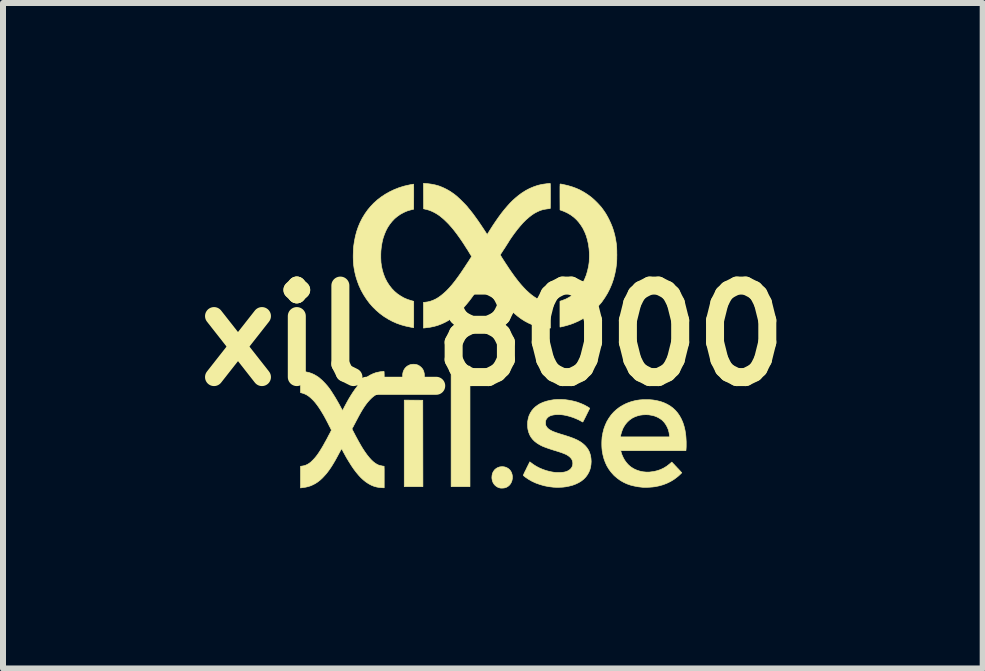
<source format=kicad_pcb>
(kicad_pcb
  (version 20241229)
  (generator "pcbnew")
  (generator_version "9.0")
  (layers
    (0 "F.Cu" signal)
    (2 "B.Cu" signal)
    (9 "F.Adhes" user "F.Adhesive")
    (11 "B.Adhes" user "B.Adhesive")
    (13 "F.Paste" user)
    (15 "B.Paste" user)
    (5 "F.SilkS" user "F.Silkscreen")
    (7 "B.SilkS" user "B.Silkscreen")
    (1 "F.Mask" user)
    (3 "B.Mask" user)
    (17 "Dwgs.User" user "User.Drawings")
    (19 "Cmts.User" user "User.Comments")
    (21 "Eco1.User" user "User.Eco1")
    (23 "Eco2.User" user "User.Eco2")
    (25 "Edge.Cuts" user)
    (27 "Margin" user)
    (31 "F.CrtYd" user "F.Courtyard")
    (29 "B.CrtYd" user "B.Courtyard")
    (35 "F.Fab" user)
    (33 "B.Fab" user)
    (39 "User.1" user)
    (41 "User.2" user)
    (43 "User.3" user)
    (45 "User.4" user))
  (footprint "xil_8000"
    (layer "F.Cu")
    (at 5.16 2.542)
    (property "Reference" "xil_8000" (at 0 0 0) (layer "F.SilkS") (effects (font (size 1.524 1.524) (thickness 0.3))))
    (attr through_hole)
    (fp_poly (pts (xy -0.381 2.515) (xy -0.695 2.515) (xy -0.695 0.508) (xy -0.381 0.508) (xy -0.381 2.515)) (stroke (width 0.01) (type solid)) (fill yes) (layer "F.SilkS"))
    (fp_poly (pts (xy -1.167 1.075) (xy -1.166 1.795) (xy -1.165 2.515) (xy -1.476 2.515) (xy -1.476 1.073) (xy -1.167 1.075)) (stroke (width 0.01) (type solid)) (fill yes) (layer "F.SilkS"))
    (fp_poly (pts (xy 0.168 2.182) (xy 0.201 2.187) (xy 0.231 2.198) (xy 0.257 2.213) (xy 0.28 2.233) (xy 0.299 2.258) (xy 0.313 2.286) (xy 0.322 2.318) (xy 0.326 2.346) (xy 0.325 2.38) (xy 0.319 2.412) (xy 0.308 2.442) (xy 0.293 2.469) (xy 0.273 2.493) (xy 0.25 2.512) (xy 0.223 2.527) (xy 0.197 2.535) (xy 0.177 2.538) (xy 0.155 2.539) (xy 0.133 2.539) (xy 0.119 2.537) (xy 0.089 2.528) (xy 0.062 2.513) (xy 0.038 2.494) (xy 0.018 2.471) (xy 0.002 2.444) (xy -0.009 2.414) (xy -0.015 2.381) (xy -0.016 2.359) (xy -0.013 2.324) (xy -0.005 2.291) (xy 0.009 2.262) (xy 0.028 2.236) (xy 0.034 2.23) (xy 0.058 2.21) (xy 0.086 2.195) (xy 0.117 2.185) (xy 0.15 2.182) (xy 0.168 2.182)) (stroke (width 0.01) (type solid)) (fill yes) (layer "F.SilkS"))
    (fp_poly (pts (xy -1.311 0.476) (xy -1.289 0.478) (xy -1.272 0.481) (xy -1.244 0.491) (xy -1.218 0.507) (xy -1.195 0.526) (xy -1.175 0.548) (xy -1.163 0.567) (xy -1.151 0.595) (xy -1.143 0.627) (xy -1.14 0.659) (xy -1.141 0.692) (xy -1.145 0.714) (xy -1.155 0.745) (xy -1.171 0.774) (xy -1.192 0.799) (xy -1.217 0.82) (xy -1.245 0.836) (xy -1.269 0.846) (xy -1.285 0.849) (xy -1.305 0.851) (xy -1.325 0.852) (xy -1.342 0.852) (xy -1.35 0.851) (xy -1.384 0.842) (xy -1.415 0.828) (xy -1.441 0.809) (xy -1.464 0.785) (xy -1.482 0.757) (xy -1.495 0.726) (xy -1.497 0.718) (xy -1.502 0.694) (xy -1.503 0.666) (xy -1.502 0.639) (xy -1.497 0.613) (xy -1.494 0.601) (xy -1.481 0.57) (xy -1.463 0.542) (xy -1.44 0.518) (xy -1.413 0.499) (xy -1.382 0.485) (xy -1.37 0.481) (xy -1.353 0.478) (xy -1.333 0.476) (xy -1.311 0.476)) (stroke (width 0.01) (type solid)) (fill yes) (layer "F.SilkS"))
    (fp_poly (pts (xy -1.321 -2.524) (xy -1.321 -2.522) (xy -1.32 -2.518) (xy -1.319 -2.512) (xy -1.319 -2.504) (xy -1.319 -2.492) (xy -1.318 -2.477) (xy -1.318 -2.458) (xy -1.318 -2.434) (xy -1.318 -2.406) (xy -1.318 -2.372) (xy -1.318 -2.333) (xy -1.318 -2.316) (xy -1.319 -2.107) (xy -1.36 -2.097) (xy -1.39 -2.089) (xy -1.415 -2.082) (xy -1.438 -2.073) (xy -1.462 -2.063) (xy -1.487 -2.051) (xy -1.541 -2.022) (xy -1.591 -1.987) (xy -1.638 -1.948) (xy -1.68 -1.903) (xy -1.718 -1.855) (xy -1.753 -1.802) (xy -1.783 -1.744) (xy -1.808 -1.683) (xy -1.83 -1.618) (xy -1.846 -1.549) (xy -1.858 -1.476) (xy -1.863 -1.43) (xy -1.865 -1.409) (xy -1.866 -1.385) (xy -1.867 -1.357) (xy -1.867 -1.328) (xy -1.867 -1.299) (xy -1.866 -1.272) (xy -1.865 -1.247) (xy -1.864 -1.227) (xy -1.864 -1.222) (xy -1.855 -1.158) (xy -1.841 -1.094) (xy -1.823 -1.032) (xy -1.801 -0.974) (xy -1.791 -0.951) (xy -1.76 -0.892) (xy -1.724 -0.837) (xy -1.684 -0.786) (xy -1.64 -0.74) (xy -1.592 -0.699) (xy -1.539 -0.663) (xy -1.484 -0.631) (xy -1.424 -0.605) (xy -1.362 -0.585) (xy -1.347 -0.581) (xy -1.318 -0.573) (xy -1.318 -0.353) (xy -1.318 -0.317) (xy -1.318 -0.282) (xy -1.318 -0.249) (xy -1.318 -0.22) (xy -1.318 -0.194) (xy -1.319 -0.172) (xy -1.319 -0.155) (xy -1.319 -0.142) (xy -1.32 -0.135) (xy -1.32 -0.134) (xy -1.324 -0.134) (xy -1.333 -0.136) (xy -1.346 -0.138) (xy -1.361 -0.141) (xy -1.372 -0.143) (xy -1.452 -0.16) (xy -1.528 -0.181) (xy -1.602 -0.207) (xy -1.672 -0.238) (xy -1.74 -0.274) (xy -1.811 -0.318) (xy -1.879 -0.368) (xy -1.942 -0.422) (xy -2.002 -0.481) (xy -2.057 -0.544) (xy -2.107 -0.612) (xy -2.153 -0.683) (xy -2.194 -0.757) (xy -2.23 -0.835) (xy -2.258 -0.91) (xy -2.28 -0.979) (xy -2.297 -1.048) (xy -2.311 -1.12) (xy -2.32 -1.183) (xy -2.322 -1.206) (xy -2.324 -1.235) (xy -2.325 -1.267) (xy -2.326 -1.302) (xy -2.326 -1.337) (xy -2.325 -1.373) (xy -2.324 -1.407) (xy -2.323 -1.439) (xy -2.321 -1.466) (xy -2.32 -1.479) (xy -2.307 -1.569) (xy -2.29 -1.655) (xy -2.268 -1.738) (xy -2.241 -1.816) (xy -2.209 -1.891) (xy -2.172 -1.963) (xy -2.13 -2.031) (xy -2.083 -2.097) (xy -2.037 -2.152) (xy -1.983 -2.209) (xy -1.923 -2.263) (xy -1.859 -2.312) (xy -1.791 -2.357) (xy -1.72 -2.397) (xy -1.645 -2.433) (xy -1.567 -2.464) (xy -1.487 -2.489) (xy -1.469 -2.494) (xy -1.454 -2.497) (xy -1.437 -2.502) (xy -1.417 -2.506) (xy -1.396 -2.51) (xy -1.376 -2.515) (xy -1.358 -2.518) (xy -1.342 -2.521) (xy -1.33 -2.523) (xy -1.323 -2.524) (xy -1.322 -2.524) (xy -1.321 -2.524)) (stroke (width 0.01) (type solid)) (fill yes) (layer "F.SilkS"))
    (fp_poly (pts (xy 1.128 -2.527) (xy 1.138 -2.525) (xy 1.152 -2.523) (xy 1.167 -2.52) (xy 1.17 -2.519) (xy 1.249 -2.501) (xy 1.323 -2.479) (xy 1.394 -2.453) (xy 1.462 -2.421) (xy 1.528 -2.384) (xy 1.593 -2.341) (xy 1.635 -2.31) (xy 1.654 -2.294) (xy 1.676 -2.275) (xy 1.7 -2.253) (xy 1.724 -2.229) (xy 1.748 -2.205) (xy 1.77 -2.181) (xy 1.79 -2.159) (xy 1.805 -2.142) (xy 1.845 -2.088) (xy 1.882 -2.033) (xy 1.915 -1.975) (xy 1.938 -1.93) (xy 1.967 -1.867) (xy 1.993 -1.803) (xy 2.014 -1.738) (xy 2.032 -1.671) (xy 2.046 -1.601) (xy 2.058 -1.526) (xy 2.06 -1.511) (xy 2.061 -1.493) (xy 2.063 -1.469) (xy 2.064 -1.442) (xy 2.065 -1.411) (xy 2.065 -1.378) (xy 2.066 -1.345) (xy 2.065 -1.312) (xy 2.065 -1.28) (xy 2.064 -1.252) (xy 2.063 -1.226) (xy 2.062 -1.206) (xy 2.061 -1.202) (xy 2.049 -1.111) (xy 2.031 -1.023) (xy 2.009 -0.94) (xy 1.981 -0.859) (xy 1.948 -0.782) (xy 1.91 -0.707) (xy 1.866 -0.635) (xy 1.817 -0.564) (xy 1.81 -0.555) (xy 1.794 -0.536) (xy 1.775 -0.514) (xy 1.753 -0.491) (xy 1.73 -0.466) (xy 1.705 -0.441) (xy 1.68 -0.418) (xy 1.657 -0.396) (xy 1.636 -0.378) (xy 1.622 -0.367) (xy 1.559 -0.321) (xy 1.496 -0.281) (xy 1.431 -0.246) (xy 1.364 -0.216) (xy 1.294 -0.189) (xy 1.22 -0.167) (xy 1.169 -0.154) (xy 1.152 -0.15) (xy 1.138 -0.147) (xy 1.127 -0.145) (xy 1.12 -0.143) (xy 1.119 -0.143) (xy 1.119 -0.146) (xy 1.118 -0.155) (xy 1.118 -0.169) (xy 1.118 -0.188) (xy 1.118 -0.212) (xy 1.118 -0.239) (xy 1.118 -0.269) (xy 1.118 -0.302) (xy 1.118 -0.337) (xy 1.118 -0.358) (xy 1.118 -0.574) (xy 1.156 -0.587) (xy 1.213 -0.609) (xy 1.265 -0.636) (xy 1.314 -0.667) (xy 1.359 -0.704) (xy 1.385 -0.728) (xy 1.429 -0.777) (xy 1.468 -0.829) (xy 1.503 -0.886) (xy 1.532 -0.948) (xy 1.558 -1.013) (xy 1.578 -1.083) (xy 1.595 -1.158) (xy 1.602 -1.206) (xy 1.605 -1.229) (xy 1.606 -1.257) (xy 1.607 -1.288) (xy 1.608 -1.321) (xy 1.608 -1.355) (xy 1.607 -1.387) (xy 1.605 -1.418) (xy 1.603 -1.445) (xy 1.602 -1.454) (xy 1.591 -1.529) (xy 1.575 -1.6) (xy 1.555 -1.667) (xy 1.53 -1.729) (xy 1.501 -1.788) (xy 1.471 -1.836) (xy 1.433 -1.888) (xy 1.392 -1.934) (xy 1.347 -1.975) (xy 1.298 -2.011) (xy 1.246 -2.042) (xy 1.189 -2.069) (xy 1.16 -2.08) (xy 1.119 -2.095) (xy 1.118 -2.311) (xy 1.118 -2.354) (xy 1.118 -2.39) (xy 1.118 -2.421) (xy 1.118 -2.447) (xy 1.118 -2.468) (xy 1.118 -2.485) (xy 1.119 -2.499) (xy 1.119 -2.509) (xy 1.119 -2.517) (xy 1.12 -2.522) (xy 1.121 -2.525) (xy 1.122 -2.527) (xy 1.123 -2.527) (xy 1.123 -2.527) (xy 1.128 -2.527)) (stroke (width 0.01) (type solid)) (fill yes) (layer "F.SilkS"))
    (fp_poly (pts (xy 2.581 1.066) (xy 2.609 1.066) (xy 2.634 1.068) (xy 2.658 1.07) (xy 2.682 1.073) (xy 2.708 1.078) (xy 2.728 1.081) (xy 2.79 1.096) (xy 2.848 1.116) (xy 2.902 1.141) (xy 2.952 1.17) (xy 2.998 1.204) (xy 3.04 1.243) (xy 3.078 1.287) (xy 3.111 1.335) (xy 3.14 1.388) (xy 3.165 1.445) (xy 3.185 1.507) (xy 3.201 1.574) (xy 3.21 1.629) (xy 3.214 1.66) (xy 3.217 1.695) (xy 3.219 1.731) (xy 3.221 1.768) (xy 3.221 1.804) (xy 3.221 1.838) (xy 3.22 1.869) (xy 3.218 1.895) (xy 3.218 1.901) (xy 3.216 1.915) (xy 2.673 1.915) (xy 2.615 1.915) (xy 2.559 1.915) (xy 2.504 1.915) (xy 2.452 1.915) (xy 2.403 1.915) (xy 2.357 1.915) (xy 2.314 1.915) (xy 2.274 1.915) (xy 2.239 1.915) (xy 2.208 1.915) (xy 2.182 1.915) (xy 2.161 1.915) (xy 2.145 1.915) (xy 2.135 1.915) (xy 2.131 1.915) (xy 2.13 1.915) (xy 2.131 1.92) (xy 2.134 1.929) (xy 2.137 1.941) (xy 2.141 1.955) (xy 2.146 1.968) (xy 2.149 1.98) (xy 2.152 1.986) (xy 2.171 2.029) (xy 2.194 2.071) (xy 2.222 2.11) (xy 2.252 2.145) (xy 2.286 2.176) (xy 2.309 2.193) (xy 2.352 2.219) (xy 2.399 2.24) (xy 2.449 2.256) (xy 2.5 2.267) (xy 2.553 2.272) (xy 2.607 2.272) (xy 2.623 2.27) (xy 2.684 2.262) (xy 2.742 2.248) (xy 2.796 2.229) (xy 2.848 2.204) (xy 2.897 2.174) (xy 2.943 2.138) (xy 2.95 2.132) (xy 2.981 2.105) (xy 3.004 2.13) (xy 3.013 2.139) (xy 3.025 2.151) (xy 3.039 2.167) (xy 3.056 2.184) (xy 3.073 2.203) (xy 3.091 2.221) (xy 3.107 2.239) (xy 3.123 2.256) (xy 3.135 2.27) (xy 3.138 2.273) (xy 3.148 2.283) (xy 3.129 2.302) (xy 3.106 2.324) (xy 3.08 2.347) (xy 3.051 2.369) (xy 3.023 2.39) (xy 3.015 2.396) (xy 2.958 2.43) (xy 2.898 2.459) (xy 2.835 2.483) (xy 2.768 2.502) (xy 2.698 2.516) (xy 2.672 2.519) (xy 2.657 2.521) (xy 2.637 2.522) (xy 2.615 2.524) (xy 2.59 2.525) (xy 2.566 2.526) (xy 2.542 2.526) (xy 2.521 2.526) (xy 2.503 2.526) (xy 2.492 2.525) (xy 2.42 2.517) (xy 2.353 2.504) (xy 2.289 2.488) (xy 2.23 2.467) (xy 2.175 2.441) (xy 2.123 2.411) (xy 2.075 2.376) (xy 2.029 2.337) (xy 2.014 2.323) (xy 1.972 2.276) (xy 1.934 2.225) (xy 1.901 2.171) (xy 1.874 2.113) (xy 1.851 2.051) (xy 1.834 1.986) (xy 1.821 1.916) (xy 1.821 1.91) (xy 1.818 1.883) (xy 1.816 1.852) (xy 1.815 1.818) (xy 1.815 1.783) (xy 1.816 1.749) (xy 1.818 1.717) (xy 1.82 1.69) (xy 1.821 1.688) (xy 1.821 1.686) (xy 2.125 1.686) (xy 2.944 1.686) (xy 2.942 1.661) (xy 2.935 1.612) (xy 2.923 1.566) (xy 2.905 1.523) (xy 2.883 1.483) (xy 2.857 1.446) (xy 2.827 1.414) (xy 2.811 1.4) (xy 2.774 1.375) (xy 2.734 1.354) (xy 2.691 1.337) (xy 2.645 1.326) (xy 2.598 1.318) (xy 2.55 1.316) (xy 2.501 1.318) (xy 2.454 1.324) (xy 2.408 1.336) (xy 2.364 1.352) (xy 2.322 1.373) (xy 2.319 1.375) (xy 2.279 1.403) (xy 2.243 1.436) (xy 2.21 1.474) (xy 2.183 1.516) (xy 2.17 1.539) (xy 2.162 1.558) (xy 2.153 1.581) (xy 2.144 1.606) (xy 2.137 1.631) (xy 2.131 1.653) (xy 2.129 1.661) (xy 2.125 1.686) (xy 1.821 1.686) (xy 1.833 1.618) (xy 1.85 1.551) (xy 1.873 1.488) (xy 1.9 1.429) (xy 1.933 1.374) (xy 1.97 1.322) (xy 2.012 1.274) (xy 2.059 1.231) (xy 2.111 1.191) (xy 2.126 1.182) (xy 2.168 1.157) (xy 2.215 1.133) (xy 2.264 1.113) (xy 2.315 1.096) (xy 2.359 1.085) (xy 2.389 1.078) (xy 2.417 1.074) (xy 2.443 1.07) (xy 2.469 1.068) (xy 2.498 1.066) (xy 2.531 1.066) (xy 2.548 1.066) (xy 2.581 1.066)) (stroke (width 0.01) (type solid)) (fill yes) (layer "F.SilkS"))
    (fp_poly (pts (xy 1.205 1.066) (xy 1.27 1.075) (xy 1.335 1.088) (xy 1.4 1.105) (xy 1.462 1.128) (xy 1.498 1.143) (xy 1.515 1.151) (xy 1.534 1.16) (xy 1.553 1.171) (xy 1.572 1.181) (xy 1.588 1.191) (xy 1.601 1.199) (xy 1.606 1.203) (xy 1.614 1.209) (xy 1.557 1.324) (xy 1.545 1.349) (xy 1.533 1.372) (xy 1.523 1.392) (xy 1.514 1.41) (xy 1.507 1.424) (xy 1.501 1.433) (xy 1.499 1.438) (xy 1.498 1.438) (xy 1.494 1.437) (xy 1.487 1.433) (xy 1.477 1.427) (xy 1.476 1.427) (xy 1.434 1.404) (xy 1.387 1.383) (xy 1.338 1.363) (xy 1.288 1.347) (xy 1.253 1.337) (xy 1.211 1.327) (xy 1.173 1.32) (xy 1.136 1.316) (xy 1.098 1.314) (xy 1.083 1.314) (xy 1.039 1.316) (xy 1 1.322) (xy 0.966 1.331) (xy 0.938 1.344) (xy 0.915 1.361) (xy 0.897 1.382) (xy 0.886 1.399) (xy 0.883 1.409) (xy 0.88 1.417) (xy 0.879 1.427) (xy 0.878 1.439) (xy 0.878 1.451) (xy 0.878 1.467) (xy 0.879 1.478) (xy 0.88 1.487) (xy 0.883 1.496) (xy 0.886 1.502) (xy 0.9 1.525) (xy 0.919 1.546) (xy 0.944 1.565) (xy 0.975 1.582) (xy 0.986 1.588) (xy 1.001 1.595) (xy 1.017 1.601) (xy 1.035 1.608) (xy 1.055 1.615) (xy 1.078 1.623) (xy 1.106 1.632) (xy 1.138 1.642) (xy 1.157 1.648) (xy 1.198 1.66) (xy 1.234 1.672) (xy 1.266 1.682) (xy 1.294 1.692) (xy 1.318 1.701) (xy 1.341 1.709) (xy 1.357 1.716) (xy 1.41 1.74) (xy 1.457 1.767) (xy 1.498 1.796) (xy 1.534 1.828) (xy 1.564 1.862) (xy 1.589 1.899) (xy 1.609 1.938) (xy 1.614 1.953) (xy 1.628 1.999) (xy 1.635 2.047) (xy 1.638 2.095) (xy 1.635 2.144) (xy 1.628 2.192) (xy 1.615 2.237) (xy 1.599 2.275) (xy 1.576 2.316) (xy 1.547 2.355) (xy 1.513 2.39) (xy 1.474 2.421) (xy 1.43 2.448) (xy 1.382 2.471) (xy 1.329 2.491) (xy 1.271 2.506) (xy 1.21 2.518) (xy 1.198 2.519) (xy 1.177 2.522) (xy 1.15 2.524) (xy 1.121 2.525) (xy 1.092 2.526) (xy 1.063 2.526) (xy 1.036 2.525) (xy 1.014 2.524) (xy 1.011 2.524) (xy 0.933 2.515) (xy 0.858 2.5) (xy 0.787 2.48) (xy 0.719 2.456) (xy 0.655 2.427) (xy 0.595 2.393) (xy 0.541 2.356) (xy 0.529 2.346) (xy 0.519 2.338) (xy 0.511 2.332) (xy 0.508 2.329) (xy 0.508 2.327) (xy 0.509 2.323) (xy 0.511 2.316) (xy 0.515 2.306) (xy 0.522 2.292) (xy 0.53 2.274) (xy 0.541 2.252) (xy 0.555 2.225) (xy 0.56 2.213) (xy 0.616 2.101) (xy 0.623 2.107) (xy 0.674 2.145) (xy 0.725 2.177) (xy 0.777 2.204) (xy 0.831 2.227) (xy 0.889 2.247) (xy 0.934 2.259) (xy 0.974 2.268) (xy 1.01 2.274) (xy 1.045 2.278) (xy 1.081 2.279) (xy 1.114 2.279) (xy 1.148 2.277) (xy 1.178 2.274) (xy 1.203 2.269) (xy 1.226 2.262) (xy 1.249 2.252) (xy 1.254 2.25) (xy 1.28 2.233) (xy 1.301 2.213) (xy 1.317 2.19) (xy 1.327 2.165) (xy 1.332 2.137) (xy 1.331 2.108) (xy 1.33 2.107) (xy 1.324 2.08) (xy 1.313 2.057) (xy 1.296 2.035) (xy 1.286 2.025) (xy 1.274 2.014) (xy 1.262 2.005) (xy 1.249 1.996) (xy 1.235 1.987) (xy 1.218 1.978) (xy 1.199 1.97) (xy 1.177 1.961) (xy 1.151 1.951) (xy 1.122 1.941) (xy 1.087 1.93) (xy 1.047 1.917) (xy 1.013 1.907) (xy 0.967 1.892) (xy 0.927 1.879) (xy 0.891 1.866) (xy 0.859 1.854) (xy 0.831 1.843) (xy 0.806 1.831) (xy 0.782 1.818) (xy 0.76 1.805) (xy 0.738 1.791) (xy 0.736 1.79) (xy 0.697 1.76) (xy 0.664 1.727) (xy 0.636 1.691) (xy 0.614 1.652) (xy 0.597 1.609) (xy 0.585 1.563) (xy 0.581 1.535) (xy 0.578 1.482) (xy 0.58 1.431) (xy 0.589 1.382) (xy 0.602 1.336) (xy 0.622 1.293) (xy 0.646 1.253) (xy 0.676 1.216) (xy 0.711 1.183) (xy 0.751 1.154) (xy 0.787 1.132) (xy 0.839 1.109) (xy 0.894 1.091) (xy 0.952 1.077) (xy 1.013 1.067) (xy 1.075 1.062) (xy 1.14 1.062) (xy 1.205 1.066)) (stroke (width 0.01) (type solid)) (fill yes) (layer "F.SilkS"))
    (fp_poly (pts (xy -1.814 0.594) (xy -1.813 0.596) (xy -1.812 0.6) (xy -1.811 0.606) (xy -1.811 0.615) (xy -1.811 0.627) (xy -1.81 0.643) (xy -1.81 0.664) (xy -1.81 0.689) (xy -1.81 0.719) (xy -1.81 0.755) (xy -1.811 0.771) (xy -1.811 0.948) (xy -1.844 0.951) (xy -1.868 0.955) (xy -1.888 0.959) (xy -1.906 0.965) (xy -1.925 0.973) (xy -1.936 0.978) (xy -1.964 0.994) (xy -1.992 1.014) (xy -2.02 1.038) (xy -2.045 1.063) (xy -2.068 1.088) (xy -2.091 1.115) (xy -2.113 1.144) (xy -2.136 1.176) (xy -2.159 1.211) (xy -2.183 1.25) (xy -2.208 1.293) (xy -2.235 1.342) (xy -2.263 1.395) (xy -2.271 1.41) (xy -2.284 1.434) (xy -2.296 1.458) (xy -2.308 1.48) (xy -2.318 1.499) (xy -2.326 1.515) (xy -2.332 1.526) (xy -2.336 1.532) (xy -2.347 1.552) (xy -2.324 1.598) (xy -2.307 1.63) (xy -2.289 1.665) (xy -2.269 1.702) (xy -2.249 1.739) (xy -2.229 1.775) (xy -2.211 1.806) (xy -2.206 1.816) (xy -2.169 1.878) (xy -2.132 1.934) (xy -2.097 1.983) (xy -2.062 2.027) (xy -2.029 2.064) (xy -1.996 2.096) (xy -1.963 2.122) (xy -1.931 2.142) (xy -1.902 2.156) (xy -1.89 2.159) (xy -1.875 2.163) (xy -1.858 2.167) (xy -1.841 2.171) (xy -1.826 2.173) (xy -1.814 2.175) (xy -1.811 2.175) (xy -1.811 2.178) (xy -1.811 2.187) (xy -1.811 2.201) (xy -1.81 2.22) (xy -1.81 2.242) (xy -1.81 2.269) (xy -1.81 2.298) (xy -1.81 2.33) (xy -1.81 2.355) (xy -1.81 2.534) (xy -1.85 2.532) (xy -1.895 2.528) (xy -1.935 2.521) (xy -1.974 2.511) (xy -2.012 2.496) (xy -2.034 2.486) (xy -2.075 2.463) (xy -2.116 2.436) (xy -2.157 2.403) (xy -2.197 2.366) (xy -2.237 2.323) (xy -2.277 2.275) (xy -2.317 2.222) (xy -2.358 2.162) (xy -2.399 2.096) (xy -2.401 2.094) (xy -2.413 2.073) (xy -2.428 2.049) (xy -2.443 2.023) (xy -2.458 1.996) (xy -2.472 1.97) (xy -2.486 1.945) (xy -2.497 1.924) (xy -2.505 1.908) (xy -2.511 1.896) (xy -2.517 1.888) (xy -2.52 1.885) (xy -2.521 1.885) (xy -2.523 1.888) (xy -2.528 1.897) (xy -2.535 1.909) (xy -2.543 1.924) (xy -2.553 1.942) (xy -2.561 1.957) (xy -2.592 2.015) (xy -2.621 2.068) (xy -2.649 2.116) (xy -2.675 2.159) (xy -2.7 2.198) (xy -2.725 2.234) (xy -2.749 2.267) (xy -2.773 2.298) (xy -2.798 2.326) (xy -2.823 2.353) (xy -2.833 2.364) (xy -2.874 2.403) (xy -2.915 2.435) (xy -2.957 2.463) (xy -3 2.485) (xy -3.034 2.5) (xy -3.061 2.509) (xy -3.09 2.517) (xy -3.121 2.524) (xy -3.156 2.529) (xy -3.16 2.53) (xy -3.204 2.536) (xy -3.204 2.356) (xy -3.204 2.176) (xy -3.177 2.172) (xy -3.145 2.166) (xy -3.115 2.156) (xy -3.087 2.143) (xy -3.059 2.126) (xy -3.031 2.104) (xy -3.002 2.076) (xy -2.992 2.066) (xy -2.967 2.039) (xy -2.943 2.01) (xy -2.918 1.977) (xy -2.893 1.94) (xy -2.867 1.899) (xy -2.839 1.853) (xy -2.824 1.827) (xy -2.815 1.811) (xy -2.805 1.793) (xy -2.794 1.772) (xy -2.781 1.75) (xy -2.768 1.726) (xy -2.755 1.702) (xy -2.743 1.678) (xy -2.731 1.655) (xy -2.719 1.634) (xy -2.709 1.614) (xy -2.701 1.598) (xy -2.695 1.586) (xy -2.691 1.577) (xy -2.689 1.574) (xy -2.691 1.57) (xy -2.695 1.561) (xy -2.701 1.548) (xy -2.709 1.532) (xy -2.719 1.513) (xy -2.73 1.492) (xy -2.741 1.469) (xy -2.753 1.446) (xy -2.765 1.423) (xy -2.777 1.4) (xy -2.788 1.379) (xy -2.798 1.361) (xy -2.807 1.345) (xy -2.811 1.337) (xy -2.843 1.283) (xy -2.873 1.234) (xy -2.902 1.19) (xy -2.93 1.151) (xy -2.958 1.115) (xy -2.986 1.083) (xy -3.009 1.06) (xy -3.041 1.03) (xy -3.071 1.006) (xy -3.102 0.986) (xy -3.133 0.971) (xy -3.165 0.959) (xy -3.173 0.957) (xy -3.204 0.948) (xy -3.204 0.771) (xy -3.204 0.733) (xy -3.204 0.701) (xy -3.203 0.674) (xy -3.203 0.652) (xy -3.203 0.634) (xy -3.203 0.621) (xy -3.202 0.611) (xy -3.202 0.603) (xy -3.201 0.598) (xy -3.2 0.596) (xy -3.199 0.594) (xy -3.198 0.594) (xy -3.198 0.594) (xy -3.193 0.594) (xy -3.183 0.595) (xy -3.169 0.596) (xy -3.156 0.597) (xy -3.107 0.604) (xy -3.062 0.614) (xy -3.018 0.629) (xy -2.976 0.648) (xy -2.933 0.673) (xy -2.904 0.692) (xy -2.889 0.704) (xy -2.871 0.72) (xy -2.85 0.738) (xy -2.828 0.759) (xy -2.807 0.781) (xy -2.786 0.803) (xy -2.767 0.825) (xy -2.75 0.844) (xy -2.745 0.851) (xy -2.717 0.888) (xy -2.688 0.931) (xy -2.658 0.978) (xy -2.626 1.029) (xy -2.595 1.082) (xy -2.563 1.138) (xy -2.538 1.185) (xy -2.504 1.248) (xy -2.476 1.193) (xy -2.438 1.122) (xy -2.402 1.057) (xy -2.366 0.998) (xy -2.331 0.943) (xy -2.297 0.894) (xy -2.263 0.849) (xy -2.228 0.808) (xy -2.194 0.771) (xy -2.191 0.768) (xy -2.145 0.726) (xy -2.097 0.69) (xy -2.049 0.659) (xy -1.999 0.635) (xy -1.948 0.616) (xy -1.929 0.611) (xy -1.917 0.609) (xy -1.901 0.606) (xy -1.883 0.602) (xy -1.864 0.599) (xy -1.846 0.597) (xy -1.83 0.595) (xy -1.819 0.594) (xy -1.815 0.594) (xy -1.814 0.594)) (stroke (width 0.01) (type solid)) (fill yes) (layer "F.SilkS"))
    (fp_poly (pts (xy -1.14 -2.537) (xy -1.129 -2.536) (xy -1.114 -2.535) (xy -1.098 -2.534) (xy -1.097 -2.534) (xy -1.028 -2.525) (xy -0.961 -2.512) (xy -0.897 -2.494) (xy -0.834 -2.469) (xy -0.772 -2.439) (xy -0.711 -2.404) (xy -0.65 -2.362) (xy -0.614 -2.334) (xy -0.597 -2.32) (xy -0.577 -2.301) (xy -0.554 -2.28) (xy -0.53 -2.257) (xy -0.505 -2.232) (xy -0.481 -2.208) (xy -0.458 -2.184) (xy -0.437 -2.162) (xy -0.42 -2.142) (xy -0.419 -2.14) (xy -0.378 -2.09) (xy -0.335 -2.036) (xy -0.292 -1.977) (xy -0.246 -1.913) (xy -0.199 -1.844) (xy -0.149 -1.769) (xy -0.121 -1.726) (xy -0.112 -1.712) (xy -0.104 -1.7) (xy -0.098 -1.692) (xy -0.095 -1.687) (xy -0.094 -1.686) (xy -0.092 -1.689) (xy -0.087 -1.697) (xy -0.08 -1.708) (xy -0.071 -1.723) (xy -0.06 -1.74) (xy -0.052 -1.753) (xy -0.000435 -1.834) (xy 0.05 -1.909) (xy 0.099 -1.979) (xy 0.147 -2.044) (xy 0.194 -2.103) (xy 0.241 -2.158) (xy 0.287 -2.209) (xy 0.333 -2.255) (xy 0.38 -2.297) (xy 0.426 -2.335) (xy 0.473 -2.37) (xy 0.486 -2.379) (xy 0.549 -2.419) (xy 0.614 -2.453) (xy 0.681 -2.481) (xy 0.748 -2.504) (xy 0.816 -2.52) (xy 0.83 -2.522) (xy 0.842 -2.524) (xy 0.857 -2.526) (xy 0.874 -2.528) (xy 0.893 -2.531) (xy 0.911 -2.533) (xy 0.928 -2.535) (xy 0.942 -2.536) (xy 0.952 -2.537) (xy 0.954 -2.537) (xy 0.955 -2.536) (xy 0.956 -2.533) (xy 0.957 -2.528) (xy 0.957 -2.521) (xy 0.958 -2.51) (xy 0.958 -2.496) (xy 0.958 -2.478) (xy 0.959 -2.455) (xy 0.959 -2.428) (xy 0.959 -2.395) (xy 0.959 -2.357) (xy 0.959 -2.327) (xy 0.959 -2.284) (xy 0.959 -2.247) (xy 0.959 -2.215) (xy 0.958 -2.189) (xy 0.958 -2.167) (xy 0.958 -2.15) (xy 0.957 -2.137) (xy 0.957 -2.127) (xy 0.956 -2.121) (xy 0.955 -2.118) (xy 0.955 -2.118) (xy 0.944 -2.117) (xy 0.929 -2.115) (xy 0.91 -2.113) (xy 0.89 -2.11) (xy 0.871 -2.107) (xy 0.854 -2.104) (xy 0.84 -2.101) (xy 0.838 -2.101) (xy 0.789 -2.086) (xy 0.742 -2.065) (xy 0.694 -2.04) (xy 0.646 -2.008) (xy 0.599 -1.971) (xy 0.551 -1.929) (xy 0.502 -1.88) (xy 0.454 -1.825) (xy 0.404 -1.765) (xy 0.388 -1.743) (xy 0.355 -1.7) (xy 0.325 -1.658) (xy 0.298 -1.619) (xy 0.274 -1.583) (xy 0.267 -1.571) (xy 0.252 -1.546) (xy 0.233 -1.517) (xy 0.214 -1.487) (xy 0.194 -1.455) (xy 0.174 -1.426) (xy 0.157 -1.399) (xy 0.146 -1.382) (xy 0.137 -1.369) (xy 0.13 -1.358) (xy 0.126 -1.35) (xy 0.124 -1.346) (xy 0.124 -1.346) (xy 0.126 -1.342) (xy 0.13 -1.334) (xy 0.138 -1.321) (xy 0.148 -1.304) (xy 0.16 -1.285) (xy 0.174 -1.263) (xy 0.189 -1.24) (xy 0.205 -1.215) (xy 0.222 -1.189) (xy 0.239 -1.164) (xy 0.255 -1.139) (xy 0.271 -1.115) (xy 0.287 -1.092) (xy 0.3 -1.072) (xy 0.304 -1.067) (xy 0.338 -1.019) (xy 0.37 -0.975) (xy 0.4 -0.936) (xy 0.428 -0.9) (xy 0.456 -0.866) (xy 0.483 -0.835) (xy 0.511 -0.804) (xy 0.539 -0.775) (xy 0.547 -0.766) (xy 0.593 -0.723) (xy 0.637 -0.685) (xy 0.681 -0.652) (xy 0.723 -0.625) (xy 0.766 -0.602) (xy 0.809 -0.585) (xy 0.854 -0.571) (xy 0.899 -0.562) (xy 0.925 -0.559) (xy 0.959 -0.555) (xy 0.959 -0.127) (xy 0.947 -0.127) (xy 0.939 -0.127) (xy 0.927 -0.128) (xy 0.912 -0.129) (xy 0.894 -0.13) (xy 0.891 -0.13) (xy 0.828 -0.137) (xy 0.767 -0.148) (xy 0.707 -0.165) (xy 0.648 -0.186) (xy 0.59 -0.212) (xy 0.532 -0.243) (xy 0.475 -0.279) (xy 0.418 -0.321) (xy 0.362 -0.368) (xy 0.305 -0.421) (xy 0.248 -0.479) (xy 0.191 -0.544) (xy 0.134 -0.614) (xy 0.075 -0.69) (xy 0.03 -0.754) (xy 0.02 -0.767) (xy 0.008 -0.785) (xy -0.005 -0.805) (xy -0.021 -0.828) (xy -0.037 -0.852) (xy -0.053 -0.876) (xy -0.068 -0.899) (xy -0.081 -0.92) (xy -0.093 -0.938) (xy -0.102 -0.951) (xy -0.103 -0.953) (xy -0.111 -0.965) (xy -0.116 -0.972) (xy -0.12 -0.975) (xy -0.122 -0.974) (xy -0.122 -0.974) (xy -0.125 -0.97) (xy -0.131 -0.962) (xy -0.139 -0.95) (xy -0.148 -0.935) (xy -0.16 -0.918) (xy -0.167 -0.906) (xy -0.216 -0.83) (xy -0.264 -0.759) (xy -0.309 -0.694) (xy -0.353 -0.633) (xy -0.395 -0.577) (xy -0.437 -0.526) (xy -0.477 -0.479) (xy -0.516 -0.436) (xy -0.555 -0.397) (xy -0.593 -0.361) (xy -0.632 -0.329) (xy -0.671 -0.299) (xy -0.71 -0.273) (xy -0.75 -0.248) (xy -0.791 -0.226) (xy -0.8 -0.221) (xy -0.862 -0.193) (xy -0.923 -0.17) (xy -0.985 -0.153) (xy -1.05 -0.14) (xy -1.1 -0.134) (xy -1.116 -0.132) (xy -1.13 -0.13) (xy -1.14 -0.129) (xy -1.145 -0.128) (xy -1.156 -0.127) (xy -1.156 -0.555) (xy -1.13 -0.557) (xy -1.085 -0.563) (xy -1.04 -0.574) (xy -0.996 -0.59) (xy -0.951 -0.611) (xy -0.907 -0.637) (xy -0.863 -0.669) (xy -0.818 -0.706) (xy -0.772 -0.748) (xy -0.726 -0.796) (xy -0.679 -0.85) (xy -0.631 -0.91) (xy -0.582 -0.976) (xy -0.573 -0.989) (xy -0.562 -1.004) (xy -0.549 -1.023) (xy -0.534 -1.044) (xy -0.518 -1.068) (xy -0.501 -1.093) (xy -0.484 -1.119) (xy -0.466 -1.145) (xy -0.449 -1.172) (xy -0.432 -1.198) (xy -0.415 -1.223) (xy -0.4 -1.246) (xy -0.387 -1.267) (xy -0.375 -1.285) (xy -0.366 -1.3) (xy -0.359 -1.311) (xy -0.355 -1.318) (xy -0.355 -1.319) (xy -0.356 -1.323) (xy -0.361 -1.331) (xy -0.368 -1.344) (xy -0.378 -1.359) (xy -0.389 -1.378) (xy -0.402 -1.399) (xy -0.415 -1.421) (xy -0.43 -1.444) (xy -0.444 -1.465) (xy -0.485 -1.53) (xy -0.525 -1.59) (xy -0.563 -1.644) (xy -0.599 -1.694) (xy -0.635 -1.741) (xy -0.669 -1.784) (xy -0.704 -1.824) (xy -0.738 -1.862) (xy -0.77 -1.894) (xy -0.811 -1.934) (xy -0.851 -1.968) (xy -0.889 -1.999) (xy -0.928 -2.025) (xy -0.967 -2.048) (xy -0.995 -2.062) (xy -1.025 -2.076) (xy -1.053 -2.087) (xy -1.081 -2.096) (xy -1.111 -2.104) (xy -1.121 -2.106) (xy -1.154 -2.114) (xy -1.155 -2.325) (xy -1.156 -2.537) (xy -1.147 -2.537) (xy -1.14 -2.537)) (stroke (width 0.01) (type solid)) (fill yes) (layer "F.SilkS")))
  (gr_rect
    (start -3 -3)
    (end 13.32 8.086)
    (stroke (width 0.1) (type default))
    (fill no)
    (layer "Edge.Cuts")))
</source>
